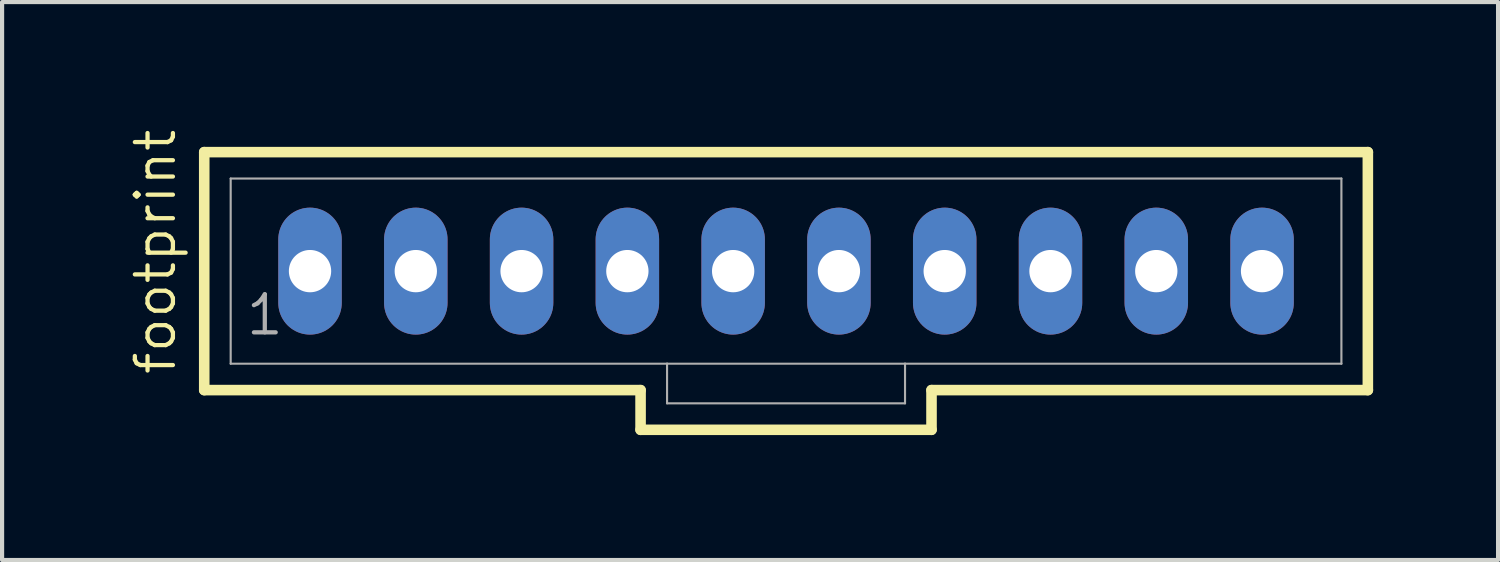
<source format=kicad_pcb>
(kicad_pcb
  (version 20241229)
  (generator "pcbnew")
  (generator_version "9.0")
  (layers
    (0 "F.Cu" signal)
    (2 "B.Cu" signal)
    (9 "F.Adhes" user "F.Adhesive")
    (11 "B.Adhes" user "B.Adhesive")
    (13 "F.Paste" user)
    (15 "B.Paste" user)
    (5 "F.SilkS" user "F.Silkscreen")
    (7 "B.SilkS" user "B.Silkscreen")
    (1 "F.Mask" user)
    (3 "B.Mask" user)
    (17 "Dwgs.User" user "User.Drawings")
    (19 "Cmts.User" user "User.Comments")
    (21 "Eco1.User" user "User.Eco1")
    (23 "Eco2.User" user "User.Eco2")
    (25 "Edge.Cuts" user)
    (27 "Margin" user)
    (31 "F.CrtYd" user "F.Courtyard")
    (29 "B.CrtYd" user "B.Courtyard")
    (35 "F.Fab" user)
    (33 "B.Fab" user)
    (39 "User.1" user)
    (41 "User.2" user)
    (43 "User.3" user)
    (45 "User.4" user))
  (footprint "footprint"
    (layer "F.Cu")
    (at 15.824 3.46)
    (property "Reference" "footprint" (at -14.605 2.54 90) (layer "F.SilkS") (effects (font (size 0.914 0.914) (thickness 0.102)) (justify left bottom)))
    (fp_line (start -13.97 -2.857) (end -13.97 2.857) (stroke (width 0.254) (type solid)) (layer "F.SilkS"))
    (fp_line (start -13.97 2.857) (end -3.493 2.857) (stroke (width 0.254) (type solid)) (layer "F.SilkS"))
    (fp_line (start -3.493 2.857) (end -3.493 3.81) (stroke (width 0.254) (type solid)) (layer "F.SilkS"))
    (fp_line (start -3.493 3.81) (end 3.493 3.81) (stroke (width 0.254) (type solid)) (layer "F.SilkS"))
    (fp_line (start 3.493 2.857) (end 13.97 2.857) (stroke (width 0.254) (type solid)) (layer "F.SilkS"))
    (fp_line (start 3.493 3.81) (end 3.493 2.857) (stroke (width 0.254) (type solid)) (layer "F.SilkS"))
    (fp_line (start 13.97 -2.857) (end -13.97 -2.857) (stroke (width 0.254) (type solid)) (layer "F.SilkS"))
    (fp_line (start 13.97 2.857) (end 13.97 -2.857) (stroke (width 0.254) (type solid)) (layer "F.SilkS"))
    (fp_line (start -13.335 -2.223) (end -13.335 2.223) (stroke (width 0.051) (type solid)) (layer "F.Fab"))
    (fp_line (start -13.335 -2.223) (end 13.335 -2.223) (stroke (width 0.051) (type solid)) (layer "F.Fab"))
    (fp_line (start -13.335 2.223) (end -2.857 2.223) (stroke (width 0.051) (type solid)) (layer "F.Fab"))
    (fp_line (start -2.857 2.223) (end -2.857 3.175) (stroke (width 0.051) (type solid)) (layer "F.Fab"))
    (fp_line (start -2.857 2.223) (end 2.857 2.223) (stroke (width 0.051) (type solid)) (layer "F.Fab"))
    (fp_line (start 2.857 2.223) (end 2.857 3.175) (stroke (width 0.051) (type solid)) (layer "F.Fab"))
    (fp_line (start 2.857 2.223) (end 13.335 2.223) (stroke (width 0.051) (type solid)) (layer "F.Fab"))
    (fp_line (start 2.857 3.175) (end -2.857 3.175) (stroke (width 0.051) (type solid)) (layer "F.Fab"))
    (fp_line (start 13.335 -2.223) (end 13.335 2.223) (stroke (width 0.051) (type solid)) (layer "F.Fab"))
    (fp_poly (pts (xy -11.668 0.238) (xy -11.192 0.238) (xy -11.192 -0.238) (xy -11.668 -0.238)) (stroke (width 0.1) (type solid)) (fill no) (layer "F.Fab"))
    (fp_poly (pts (xy -9.128 0.238) (xy -8.652 0.238) (xy -8.652 -0.238) (xy -9.128 -0.238)) (stroke (width 0.1) (type solid)) (fill no) (layer "F.Fab"))
    (fp_poly (pts (xy -6.588 0.238) (xy -6.112 0.238) (xy -6.112 -0.238) (xy -6.588 -0.238)) (stroke (width 0.1) (type solid)) (fill no) (layer "F.Fab"))
    (fp_poly (pts (xy -4.048 0.238) (xy -3.572 0.238) (xy -3.572 -0.238) (xy -4.048 -0.238)) (stroke (width 0.1) (type solid)) (fill no) (layer "F.Fab"))
    (fp_poly (pts (xy -1.508 0.238) (xy -1.032 0.238) (xy -1.032 -0.238) (xy -1.508 -0.238)) (stroke (width 0.1) (type solid)) (fill no) (layer "F.Fab"))
    (fp_poly (pts (xy 1.032 0.238) (xy 1.508 0.238) (xy 1.508 -0.238) (xy 1.032 -0.238)) (stroke (width 0.1) (type solid)) (fill no) (layer "F.Fab"))
    (fp_poly (pts (xy 3.572 0.238) (xy 4.048 0.238) (xy 4.048 -0.238) (xy 3.572 -0.238)) (stroke (width 0.1) (type solid)) (fill no) (layer "F.Fab"))
    (fp_poly (pts (xy 6.112 0.238) (xy 6.588 0.238) (xy 6.588 -0.238) (xy 6.112 -0.238)) (stroke (width 0.1) (type solid)) (fill no) (layer "F.Fab"))
    (fp_poly (pts (xy 8.652 0.238) (xy 9.128 0.238) (xy 9.128 -0.238) (xy 8.652 -0.238)) (stroke (width 0.1) (type solid)) (fill no) (layer "F.Fab"))
    (fp_poly (pts (xy 11.192 0.238) (xy 11.668 0.238) (xy 11.668 -0.238) (xy 11.192 -0.238)) (stroke (width 0.1) (type solid)) (fill no) (layer "F.Fab"))
    (fp_text user "1" (at -13.018 1.587 0) (layer "F.Fab") (effects (font (size 0.914 0.914) (thickness 0.102)) (justify left bottom)))
    (pad "1" thru_hole oval (at -11.43 0 90) (size 3.048 1.524) (drill 1.016) (layers "*.Cu" "*.Mask"))
    (pad "2" thru_hole oval (at -8.89 0 90) (size 3.048 1.524) (drill 1.016) (layers "*.Cu" "*.Mask"))
    (pad "3" thru_hole oval (at -6.35 0 90) (size 3.048 1.524) (drill 1.016) (layers "*.Cu" "*.Mask"))
    (pad "4" thru_hole oval (at -3.81 0 90) (size 3.048 1.524) (drill 1.016) (layers "*.Cu" "*.Mask"))
    (pad "5" thru_hole oval (at -1.27 0 90) (size 3.048 1.524) (drill 1.016) (layers "*.Cu" "*.Mask"))
    (pad "6" thru_hole oval (at 1.27 0 90) (size 3.048 1.524) (drill 1.016) (layers "*.Cu" "*.Mask"))
    (pad "7" thru_hole oval (at 3.81 0 90) (size 3.048 1.524) (drill 1.016) (layers "*.Cu" "*.Mask"))
    (pad "8" thru_hole oval (at 6.35 0 90) (size 3.048 1.524) (drill 1.016) (layers "*.Cu" "*.Mask"))
    (pad "9" thru_hole oval (at 8.89 0 90) (size 3.048 1.524) (drill 1.016) (layers "*.Cu" "*.Mask"))
    (pad "10" thru_hole oval (at 11.43 0 90) (size 3.048 1.524) (drill 1.016) (layers "*.Cu" "*.Mask")))
  (gr_rect
    (start -3 -3)
    (end 32.921 10.397)
    (stroke (width 0.1) (type default))
    (fill no)
    (layer "Edge.Cuts")))
</source>
